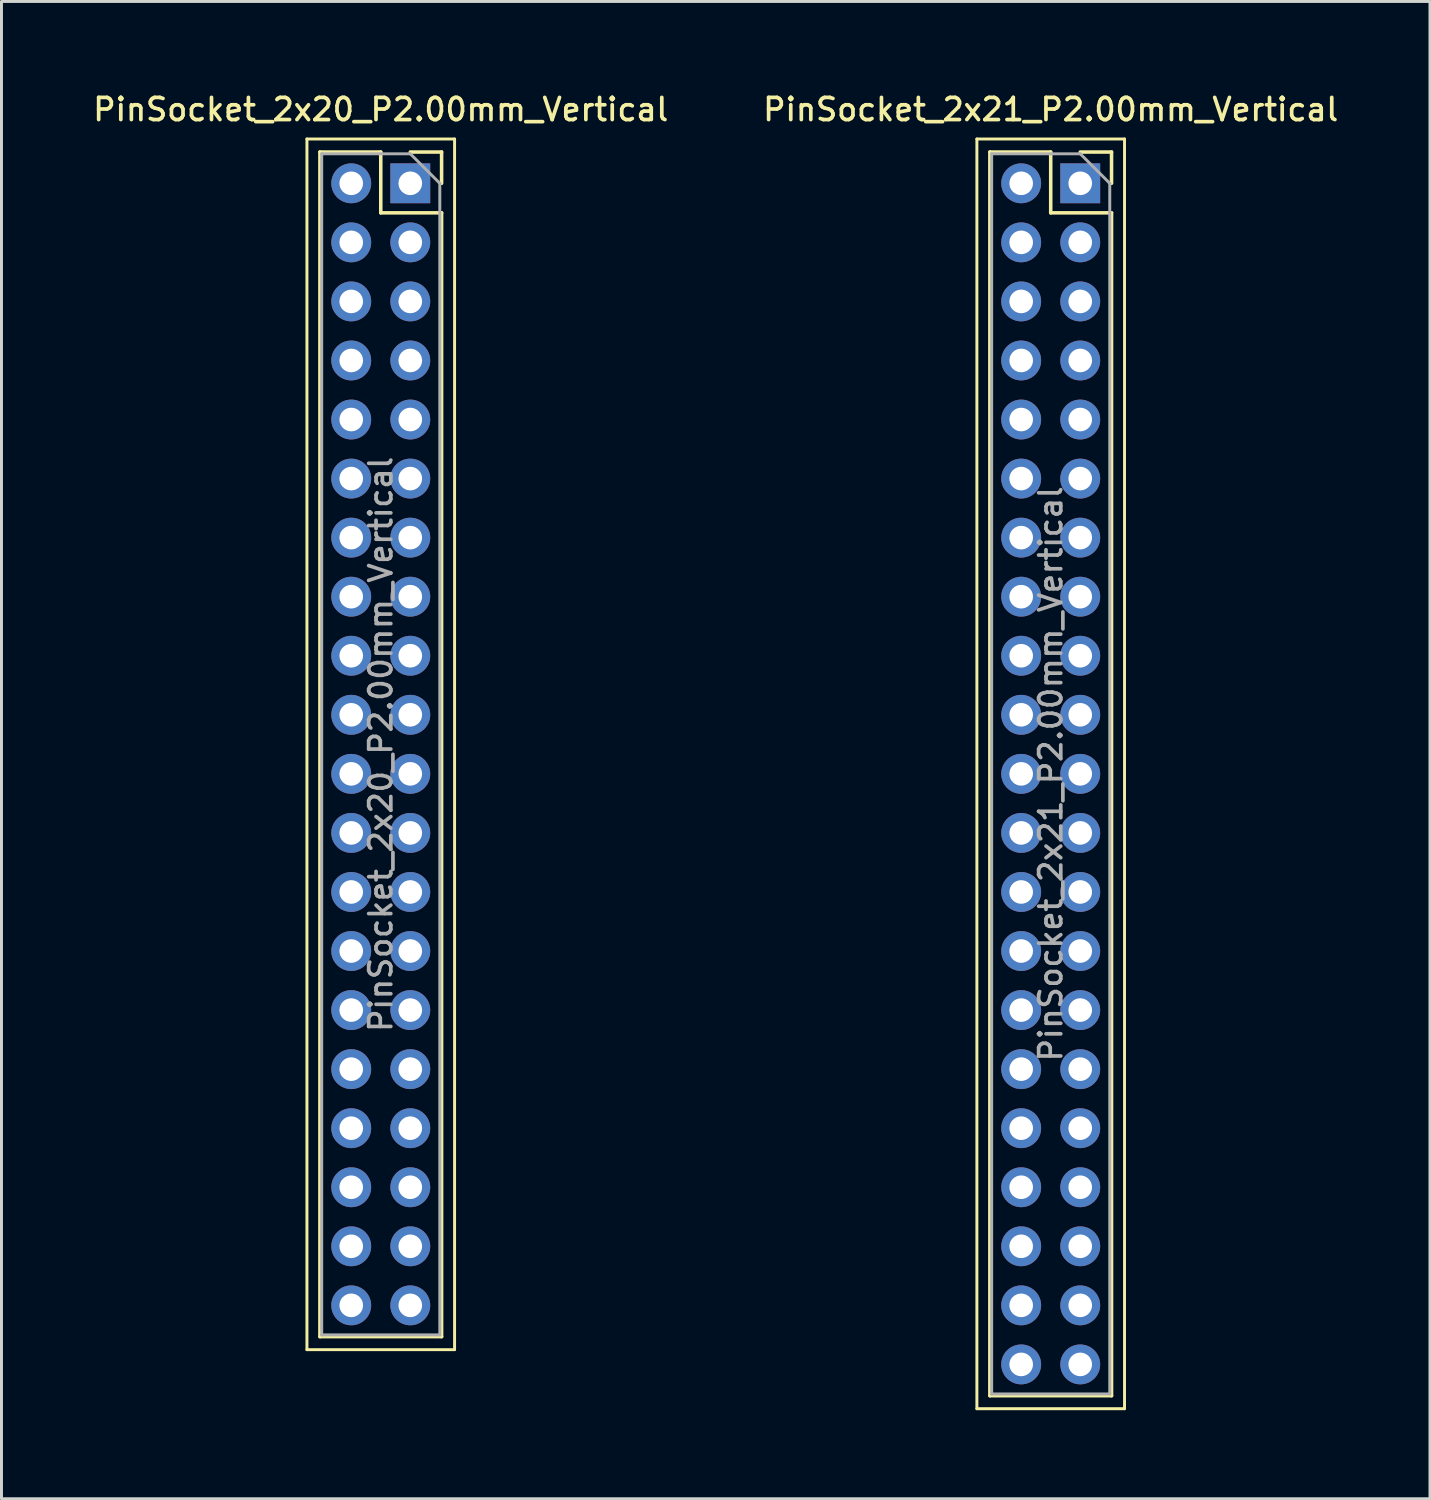
<source format=kicad_pcb>
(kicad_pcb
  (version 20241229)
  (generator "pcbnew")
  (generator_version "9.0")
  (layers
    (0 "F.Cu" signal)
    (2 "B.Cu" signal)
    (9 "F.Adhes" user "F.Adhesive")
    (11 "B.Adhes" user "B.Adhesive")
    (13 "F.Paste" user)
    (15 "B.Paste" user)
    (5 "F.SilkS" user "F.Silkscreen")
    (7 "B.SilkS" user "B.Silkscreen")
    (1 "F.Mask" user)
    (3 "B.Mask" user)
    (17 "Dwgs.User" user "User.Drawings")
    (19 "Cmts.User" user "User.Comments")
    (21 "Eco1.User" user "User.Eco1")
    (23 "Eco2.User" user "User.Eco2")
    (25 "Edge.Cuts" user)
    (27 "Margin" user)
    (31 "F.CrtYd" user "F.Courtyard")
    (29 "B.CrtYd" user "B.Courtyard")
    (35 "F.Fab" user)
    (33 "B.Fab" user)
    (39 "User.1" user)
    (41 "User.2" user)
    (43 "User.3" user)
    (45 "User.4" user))
  (footprint "PinSocket_2x20_P2.00mm_Vertical"
    (layer "F.Cu")
    (at 10.845 3.158)
    (property "Reference" "PinSocket_2x20_P2.00mm_Vertical" (at -1 -2.5 0) (layer "F.SilkS") (effects (font (size 0.75 0.75) (thickness 0.125))))
    (attr through_hole)
    (fp_line (start -3.5 -1.5) (end 1.5 -1.5) (stroke (width 0.1) (type solid)) (layer "F.SilkS"))
    (fp_line (start -3.5 39.5) (end -3.5 -1.5) (stroke (width 0.1) (type solid)) (layer "F.SilkS"))
    (fp_line (start -3.06 -1.06) (end -3.06 39.06) (stroke (width 0.12) (type solid)) (layer "F.SilkS"))
    (fp_line (start -3.06 -1.06) (end -1 -1.06) (stroke (width 0.12) (type solid)) (layer "F.SilkS"))
    (fp_line (start -3.06 39.06) (end 1.06 39.06) (stroke (width 0.12) (type solid)) (layer "F.SilkS"))
    (fp_line (start -1 -1.06) (end -1 1) (stroke (width 0.12) (type solid)) (layer "F.SilkS"))
    (fp_line (start -1 1) (end 1.06 1) (stroke (width 0.12) (type solid)) (layer "F.SilkS"))
    (fp_line (start 0 -1.06) (end 1.06 -1.06) (stroke (width 0.12) (type solid)) (layer "F.SilkS"))
    (fp_line (start 1.06 -1.06) (end 1.06 0) (stroke (width 0.12) (type solid)) (layer "F.SilkS"))
    (fp_line (start 1.06 1) (end 1.06 39.06) (stroke (width 0.12) (type solid)) (layer "F.SilkS"))
    (fp_line (start 1.5 -1.5) (end 1.5 39.5) (stroke (width 0.1) (type solid)) (layer "F.SilkS"))
    (fp_line (start 1.5 39.5) (end -3.5 39.5) (stroke (width 0.1) (type solid)) (layer "F.SilkS"))
    (fp_line (start -3 -1) (end 0 -1) (stroke (width 0.1) (type solid)) (layer "F.Fab"))
    (fp_line (start -3 39) (end -3 -1) (stroke (width 0.1) (type solid)) (layer "F.Fab"))
    (fp_line (start 0 -1) (end 1 0) (stroke (width 0.1) (type solid)) (layer "F.Fab"))
    (fp_line (start 1 0) (end 1 39) (stroke (width 0.1) (type solid)) (layer "F.Fab"))
    (fp_line (start 1 39) (end -3 39) (stroke (width 0.1) (type solid)) (layer "F.Fab"))
    (fp_text user "${REFERENCE}" (at -1 19 90) (layer "F.Fab") (effects (font (size 0.75 0.75) (thickness 0.125))))
    (pad "1" thru_hole rect (at 0 0) (size 1.35 1.35) (drill 0.8) (layers "*.Cu" "*.Mask"))
    (pad "2" thru_hole oval (at -2 0) (size 1.35 1.35) (drill 0.8) (layers "*.Cu" "*.Mask"))
    (pad "3" thru_hole oval (at 0 2) (size 1.35 1.35) (drill 0.8) (layers "*.Cu" "*.Mask"))
    (pad "4" thru_hole oval (at -2 2) (size 1.35 1.35) (drill 0.8) (layers "*.Cu" "*.Mask"))
    (pad "5" thru_hole oval (at 0 4) (size 1.35 1.35) (drill 0.8) (layers "*.Cu" "*.Mask"))
    (pad "6" thru_hole oval (at -2 4) (size 1.35 1.35) (drill 0.8) (layers "*.Cu" "*.Mask"))
    (pad "7" thru_hole oval (at 0 6) (size 1.35 1.35) (drill 0.8) (layers "*.Cu" "*.Mask"))
    (pad "8" thru_hole oval (at -2 6) (size 1.35 1.35) (drill 0.8) (layers "*.Cu" "*.Mask"))
    (pad "9" thru_hole oval (at 0 8) (size 1.35 1.35) (drill 0.8) (layers "*.Cu" "*.Mask"))
    (pad "10" thru_hole oval (at -2 8) (size 1.35 1.35) (drill 0.8) (layers "*.Cu" "*.Mask"))
    (pad "11" thru_hole oval (at 0 10) (size 1.35 1.35) (drill 0.8) (layers "*.Cu" "*.Mask"))
    (pad "12" thru_hole oval (at -2 10) (size 1.35 1.35) (drill 0.8) (layers "*.Cu" "*.Mask"))
    (pad "13" thru_hole oval (at 0 12) (size 1.35 1.35) (drill 0.8) (layers "*.Cu" "*.Mask"))
    (pad "14" thru_hole oval (at -2 12) (size 1.35 1.35) (drill 0.8) (layers "*.Cu" "*.Mask"))
    (pad "15" thru_hole oval (at 0 14) (size 1.35 1.35) (drill 0.8) (layers "*.Cu" "*.Mask"))
    (pad "16" thru_hole oval (at -2 14) (size 1.35 1.35) (drill 0.8) (layers "*.Cu" "*.Mask"))
    (pad "17" thru_hole oval (at 0 16) (size 1.35 1.35) (drill 0.8) (layers "*.Cu" "*.Mask"))
    (pad "18" thru_hole oval (at -2 16) (size 1.35 1.35) (drill 0.8) (layers "*.Cu" "*.Mask"))
    (pad "19" thru_hole oval (at 0 18) (size 1.35 1.35) (drill 0.8) (layers "*.Cu" "*.Mask"))
    (pad "20" thru_hole oval (at -2 18) (size 1.35 1.35) (drill 0.8) (layers "*.Cu" "*.Mask"))
    (pad "21" thru_hole oval (at 0 20) (size 1.35 1.35) (drill 0.8) (layers "*.Cu" "*.Mask"))
    (pad "22" thru_hole oval (at -2 20) (size 1.35 1.35) (drill 0.8) (layers "*.Cu" "*.Mask"))
    (pad "23" thru_hole oval (at 0 22) (size 1.35 1.35) (drill 0.8) (layers "*.Cu" "*.Mask"))
    (pad "24" thru_hole oval (at -2 22) (size 1.35 1.35) (drill 0.8) (layers "*.Cu" "*.Mask"))
    (pad "25" thru_hole oval (at 0 24) (size 1.35 1.35) (drill 0.8) (layers "*.Cu" "*.Mask"))
    (pad "26" thru_hole oval (at -2 24) (size 1.35 1.35) (drill 0.8) (layers "*.Cu" "*.Mask"))
    (pad "27" thru_hole oval (at 0 26) (size 1.35 1.35) (drill 0.8) (layers "*.Cu" "*.Mask"))
    (pad "28" thru_hole oval (at -2 26) (size 1.35 1.35) (drill 0.8) (layers "*.Cu" "*.Mask"))
    (pad "29" thru_hole oval (at 0 28) (size 1.35 1.35) (drill 0.8) (layers "*.Cu" "*.Mask"))
    (pad "30" thru_hole oval (at -2 28) (size 1.35 1.35) (drill 0.8) (layers "*.Cu" "*.Mask"))
    (pad "31" thru_hole oval (at 0 30) (size 1.35 1.35) (drill 0.8) (layers "*.Cu" "*.Mask"))
    (pad "32" thru_hole oval (at -2 30) (size 1.35 1.35) (drill 0.8) (layers "*.Cu" "*.Mask"))
    (pad "33" thru_hole oval (at 0 32) (size 1.35 1.35) (drill 0.8) (layers "*.Cu" "*.Mask"))
    (pad "34" thru_hole oval (at -2 32) (size 1.35 1.35) (drill 0.8) (layers "*.Cu" "*.Mask"))
    (pad "35" thru_hole oval (at 0 34) (size 1.35 1.35) (drill 0.8) (layers "*.Cu" "*.Mask"))
    (pad "36" thru_hole oval (at -2 34) (size 1.35 1.35) (drill 0.8) (layers "*.Cu" "*.Mask"))
    (pad "37" thru_hole oval (at 0 36) (size 1.35 1.35) (drill 0.8) (layers "*.Cu" "*.Mask"))
    (pad "38" thru_hole oval (at -2 36) (size 1.35 1.35) (drill 0.8) (layers "*.Cu" "*.Mask"))
    (pad "39" thru_hole oval (at 0 38) (size 1.35 1.35) (drill 0.8) (layers "*.Cu" "*.Mask"))
    (pad "40" thru_hole oval (at -2 38) (size 1.35 1.35) (drill 0.8) (layers "*.Cu" "*.Mask")))
  (footprint "PinSocket_2x21_P2.00mm_Vertical"
    (layer "F.Cu")
    (at 33.534 3.158)
    (property "Reference" "PinSocket_2x21_P2.00mm_Vertical" (at -1 -2.5 0) (layer "F.SilkS") (effects (font (size 0.75 0.75) (thickness 0.125))))
    (attr through_hole)
    (fp_line (start -3.5 -1.5) (end 1.5 -1.5) (stroke (width 0.1) (type solid)) (layer "F.SilkS"))
    (fp_line (start -3.5 41.5) (end -3.5 -1.5) (stroke (width 0.1) (type solid)) (layer "F.SilkS"))
    (fp_line (start -3.06 -1.06) (end -3.06 41.06) (stroke (width 0.12) (type solid)) (layer "F.SilkS"))
    (fp_line (start -3.06 -1.06) (end -1 -1.06) (stroke (width 0.12) (type solid)) (layer "F.SilkS"))
    (fp_line (start -3.06 41.06) (end 1.06 41.06) (stroke (width 0.12) (type solid)) (layer "F.SilkS"))
    (fp_line (start -1 -1.06) (end -1 1) (stroke (width 0.12) (type solid)) (layer "F.SilkS"))
    (fp_line (start -1 1) (end 1.06 1) (stroke (width 0.12) (type solid)) (layer "F.SilkS"))
    (fp_line (start 0 -1.06) (end 1.06 -1.06) (stroke (width 0.12) (type solid)) (layer "F.SilkS"))
    (fp_line (start 1.06 -1.06) (end 1.06 0) (stroke (width 0.12) (type solid)) (layer "F.SilkS"))
    (fp_line (start 1.06 1) (end 1.06 41.06) (stroke (width 0.12) (type solid)) (layer "F.SilkS"))
    (fp_line (start 1.5 -1.5) (end 1.5 41.5) (stroke (width 0.1) (type solid)) (layer "F.SilkS"))
    (fp_line (start 1.5 41.5) (end -3.5 41.5) (stroke (width 0.1) (type solid)) (layer "F.SilkS"))
    (fp_line (start -3 -1) (end 0 -1) (stroke (width 0.1) (type solid)) (layer "F.Fab"))
    (fp_line (start -3 41) (end -3 -1) (stroke (width 0.1) (type solid)) (layer "F.Fab"))
    (fp_line (start 0 -1) (end 1 0) (stroke (width 0.1) (type solid)) (layer "F.Fab"))
    (fp_line (start 1 0) (end 1 41) (stroke (width 0.1) (type solid)) (layer "F.Fab"))
    (fp_line (start 1 41) (end -3 41) (stroke (width 0.1) (type solid)) (layer "F.Fab"))
    (fp_text user "${REFERENCE}" (at -1 20 90) (layer "F.Fab") (effects (font (size 0.75 0.75) (thickness 0.125))))
    (pad "1" thru_hole rect (at 0 0) (size 1.35 1.35) (drill 0.8) (layers "*.Cu" "*.Mask"))
    (pad "2" thru_hole oval (at -2 0) (size 1.35 1.35) (drill 0.8) (layers "*.Cu" "*.Mask"))
    (pad "3" thru_hole oval (at 0 2) (size 1.35 1.35) (drill 0.8) (layers "*.Cu" "*.Mask"))
    (pad "4" thru_hole oval (at -2 2) (size 1.35 1.35) (drill 0.8) (layers "*.Cu" "*.Mask"))
    (pad "5" thru_hole oval (at 0 4) (size 1.35 1.35) (drill 0.8) (layers "*.Cu" "*.Mask"))
    (pad "6" thru_hole oval (at -2 4) (size 1.35 1.35) (drill 0.8) (layers "*.Cu" "*.Mask"))
    (pad "7" thru_hole oval (at 0 6) (size 1.35 1.35) (drill 0.8) (layers "*.Cu" "*.Mask"))
    (pad "8" thru_hole oval (at -2 6) (size 1.35 1.35) (drill 0.8) (layers "*.Cu" "*.Mask"))
    (pad "9" thru_hole oval (at 0 8) (size 1.35 1.35) (drill 0.8) (layers "*.Cu" "*.Mask"))
    (pad "10" thru_hole oval (at -2 8) (size 1.35 1.35) (drill 0.8) (layers "*.Cu" "*.Mask"))
    (pad "11" thru_hole oval (at 0 10) (size 1.35 1.35) (drill 0.8) (layers "*.Cu" "*.Mask"))
    (pad "12" thru_hole oval (at -2 10) (size 1.35 1.35) (drill 0.8) (layers "*.Cu" "*.Mask"))
    (pad "13" thru_hole oval (at 0 12) (size 1.35 1.35) (drill 0.8) (layers "*.Cu" "*.Mask"))
    (pad "14" thru_hole oval (at -2 12) (size 1.35 1.35) (drill 0.8) (layers "*.Cu" "*.Mask"))
    (pad "15" thru_hole oval (at 0 14) (size 1.35 1.35) (drill 0.8) (layers "*.Cu" "*.Mask"))
    (pad "16" thru_hole oval (at -2 14) (size 1.35 1.35) (drill 0.8) (layers "*.Cu" "*.Mask"))
    (pad "17" thru_hole oval (at 0 16) (size 1.35 1.35) (drill 0.8) (layers "*.Cu" "*.Mask"))
    (pad "18" thru_hole oval (at -2 16) (size 1.35 1.35) (drill 0.8) (layers "*.Cu" "*.Mask"))
    (pad "19" thru_hole oval (at 0 18) (size 1.35 1.35) (drill 0.8) (layers "*.Cu" "*.Mask"))
    (pad "20" thru_hole oval (at -2 18) (size 1.35 1.35) (drill 0.8) (layers "*.Cu" "*.Mask"))
    (pad "21" thru_hole oval (at 0 20) (size 1.35 1.35) (drill 0.8) (layers "*.Cu" "*.Mask"))
    (pad "22" thru_hole oval (at -2 20) (size 1.35 1.35) (drill 0.8) (layers "*.Cu" "*.Mask"))
    (pad "23" thru_hole oval (at 0 22) (size 1.35 1.35) (drill 0.8) (layers "*.Cu" "*.Mask"))
    (pad "24" thru_hole oval (at -2 22) (size 1.35 1.35) (drill 0.8) (layers "*.Cu" "*.Mask"))
    (pad "25" thru_hole oval (at 0 24) (size 1.35 1.35) (drill 0.8) (layers "*.Cu" "*.Mask"))
    (pad "26" thru_hole oval (at -2 24) (size 1.35 1.35) (drill 0.8) (layers "*.Cu" "*.Mask"))
    (pad "27" thru_hole oval (at 0 26) (size 1.35 1.35) (drill 0.8) (layers "*.Cu" "*.Mask"))
    (pad "28" thru_hole oval (at -2 26) (size 1.35 1.35) (drill 0.8) (layers "*.Cu" "*.Mask"))
    (pad "29" thru_hole oval (at 0 28) (size 1.35 1.35) (drill 0.8) (layers "*.Cu" "*.Mask"))
    (pad "30" thru_hole oval (at -2 28) (size 1.35 1.35) (drill 0.8) (layers "*.Cu" "*.Mask"))
    (pad "31" thru_hole oval (at 0 30) (size 1.35 1.35) (drill 0.8) (layers "*.Cu" "*.Mask"))
    (pad "32" thru_hole oval (at -2 30) (size 1.35 1.35) (drill 0.8) (layers "*.Cu" "*.Mask"))
    (pad "33" thru_hole oval (at 0 32) (size 1.35 1.35) (drill 0.8) (layers "*.Cu" "*.Mask"))
    (pad "34" thru_hole oval (at -2 32) (size 1.35 1.35) (drill 0.8) (layers "*.Cu" "*.Mask"))
    (pad "35" thru_hole oval (at 0 34) (size 1.35 1.35) (drill 0.8) (layers "*.Cu" "*.Mask"))
    (pad "36" thru_hole oval (at -2 34) (size 1.35 1.35) (drill 0.8) (layers "*.Cu" "*.Mask"))
    (pad "37" thru_hole oval (at 0 36) (size 1.35 1.35) (drill 0.8) (layers "*.Cu" "*.Mask"))
    (pad "38" thru_hole oval (at -2 36) (size 1.35 1.35) (drill 0.8) (layers "*.Cu" "*.Mask"))
    (pad "39" thru_hole oval (at 0 38) (size 1.35 1.35) (drill 0.8) (layers "*.Cu" "*.Mask"))
    (pad "40" thru_hole oval (at -2 38) (size 1.35 1.35) (drill 0.8) (layers "*.Cu" "*.Mask"))
    (pad "41" thru_hole oval (at 0 40) (size 1.35 1.35) (drill 0.8) (layers "*.Cu" "*.Mask"))
    (pad "42" thru_hole oval (at -2 40) (size 1.35 1.35) (drill 0.8) (layers "*.Cu" "*.Mask")))
  (gr_rect
    (start -3 -3)
    (end 45.379 47.708)
    (stroke (width 0.1) (type default))
    (fill no)
    (layer "Edge.Cuts")))
</source>
